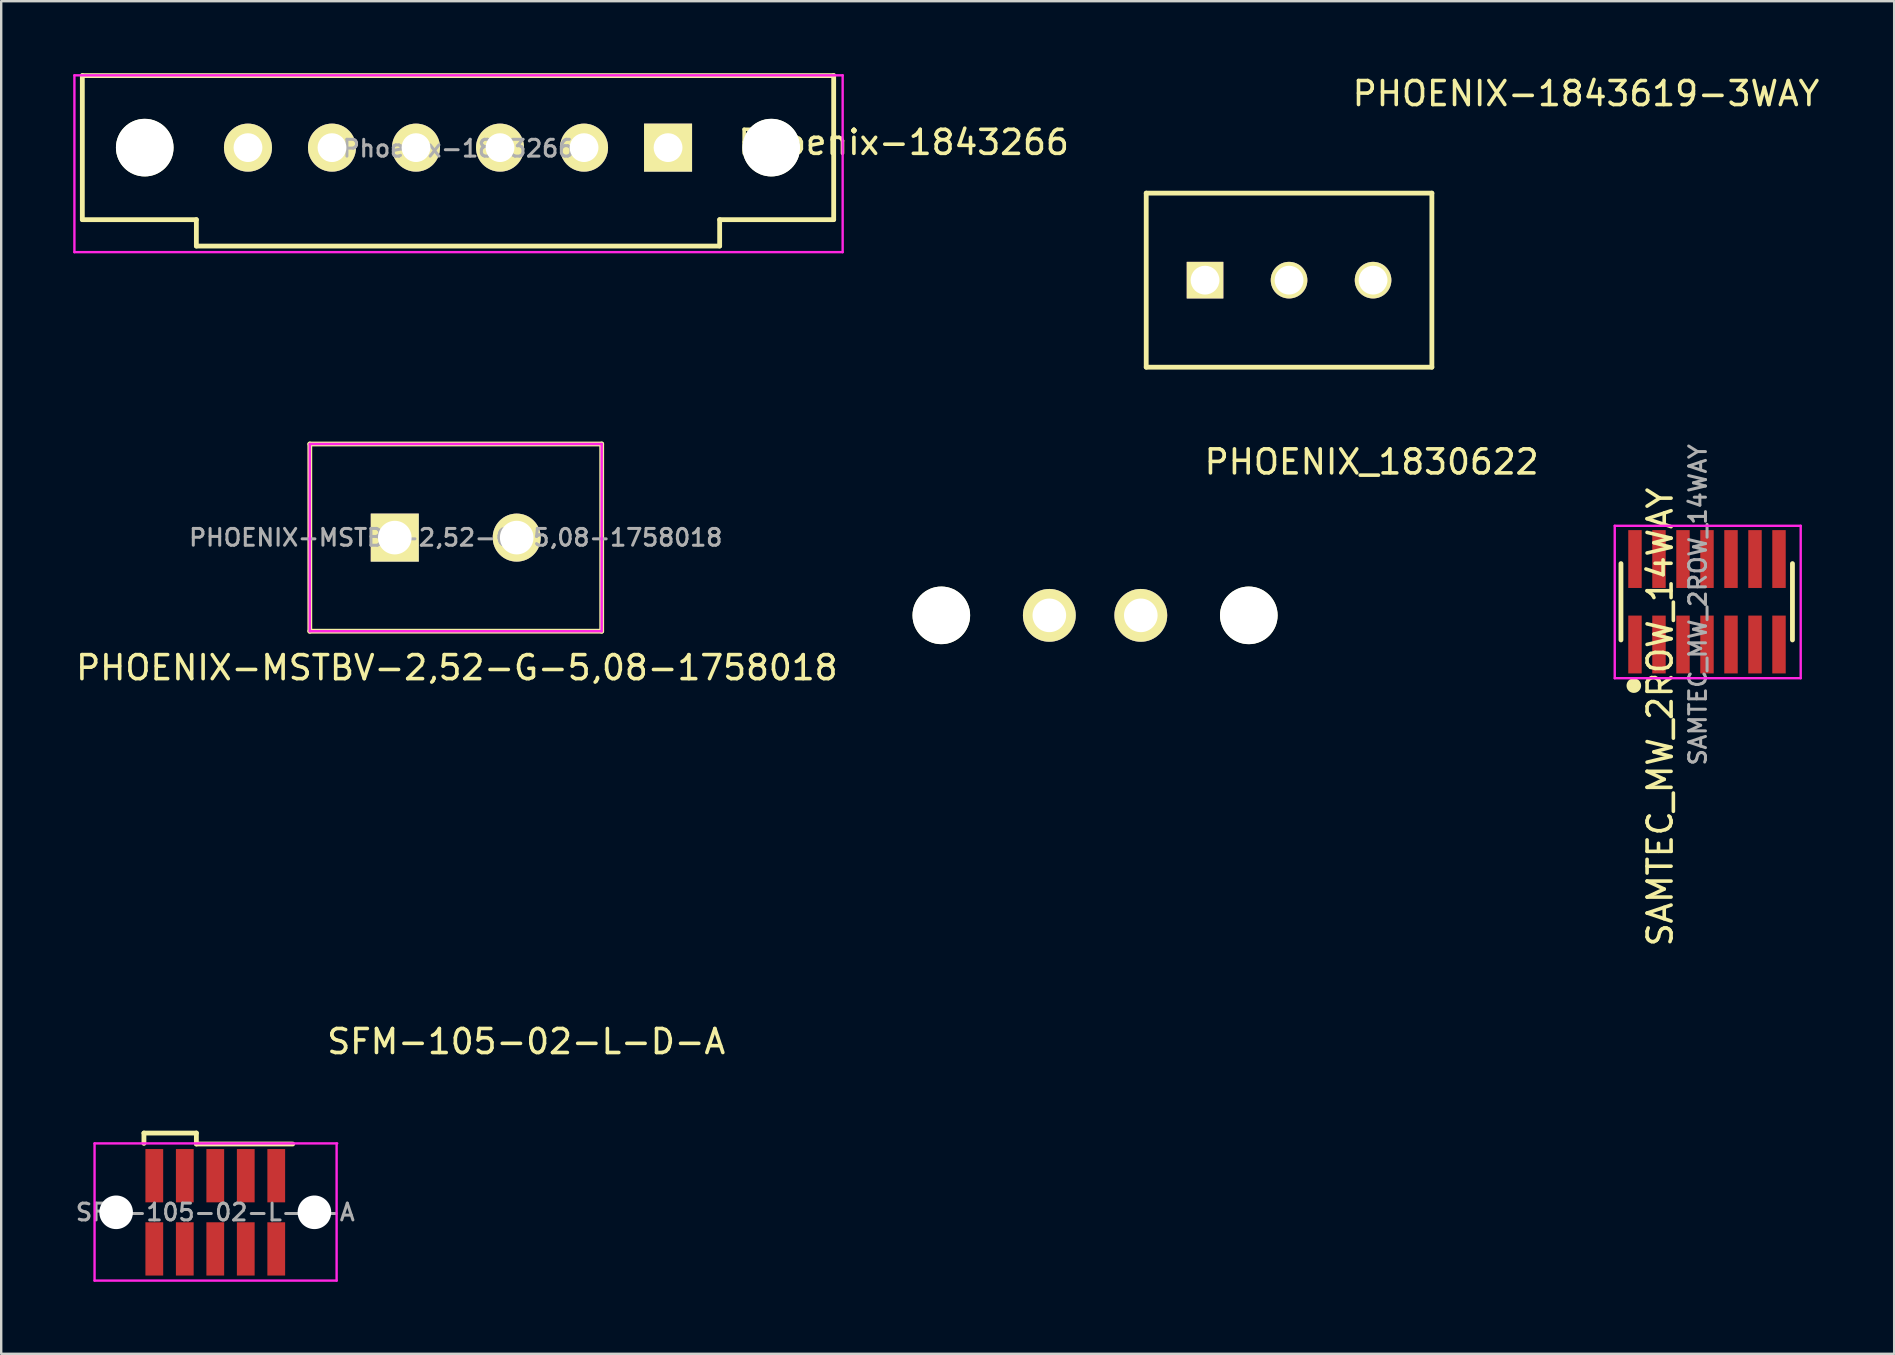
<source format=kicad_pcb>
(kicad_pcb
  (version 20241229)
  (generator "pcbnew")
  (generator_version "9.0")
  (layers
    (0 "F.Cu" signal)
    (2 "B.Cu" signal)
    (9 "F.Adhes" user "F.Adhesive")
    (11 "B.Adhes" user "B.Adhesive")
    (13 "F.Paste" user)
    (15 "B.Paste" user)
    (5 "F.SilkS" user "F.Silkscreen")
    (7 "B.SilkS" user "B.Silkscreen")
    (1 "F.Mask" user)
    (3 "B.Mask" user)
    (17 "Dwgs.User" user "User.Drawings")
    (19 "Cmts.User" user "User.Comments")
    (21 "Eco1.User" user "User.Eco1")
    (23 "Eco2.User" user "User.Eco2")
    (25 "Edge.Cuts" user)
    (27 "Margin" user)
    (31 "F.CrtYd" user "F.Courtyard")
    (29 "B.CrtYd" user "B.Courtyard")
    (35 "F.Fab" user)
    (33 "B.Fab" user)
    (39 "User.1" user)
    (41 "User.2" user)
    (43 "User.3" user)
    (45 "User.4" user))
  (footprint "SAMTEC_MW_2ROW_14WAY"
    (placed yes)
    (layer "F.Cu")
    (at 68.061 22.019)
    (property "Reference" "SAMTEC_MW_2ROW_14WAY" (at -1.951 4.801 90) (layer "F.SilkS") (effects (font (size 1 1) (thickness 0.15))))
    (attr through_hole)
    (fp_line (start -3.584 -1.59) (end -3.584 1.59) (stroke (width 0.2) (type solid)) (layer "F.SilkS"))
    (fp_line (start -3.048 3.493) (end -2.985 3.493) (stroke (width 0.1) (type solid)) (layer "F.SilkS"))
    (fp_line (start 3.56 -1.59) (end 3.56 1.59) (stroke (width 0.2) (type solid)) (layer "F.SilkS"))
    (fp_circle (center -3.048 3.493) (end -2.985 3.493) (stroke (width 0.1) (type solid)) (fill no) (layer "F.SilkS"))
    (fp_circle (center -3.048 3.493) (end -2.921 3.493) (stroke (width 0.1) (type solid)) (fill no) (layer "F.SilkS"))
    (fp_circle (center -3.048 3.493) (end -2.857 3.493) (stroke (width 0.1) (type solid)) (fill no) (layer "F.SilkS"))
    (fp_circle (center -3.048 3.493) (end -2.794 3.493) (stroke (width 0.1) (type solid)) (fill no) (layer "F.SilkS"))
    (fp_line (start -3.843 -3.165) (end 3.904 -3.165) (stroke (width 0.1) (type solid)) (layer "F.CrtYd"))
    (fp_line (start -3.843 3.185) (end -3.843 -3.165) (stroke (width 0.1) (type solid)) (layer "F.CrtYd"))
    (fp_line (start 3.904 -3.165) (end 3.904 3.185) (stroke (width 0.1) (type solid)) (layer "F.CrtYd"))
    (fp_line (start 3.904 3.185) (end -3.843 3.185) (stroke (width 0.1) (type solid)) (layer "F.CrtYd"))
    (fp_text user "${REFERENCE}" (at -0.381 0.127 90) (layer "F.Fab") (effects (font (size 0.7 0.7) (thickness 0.125))))
    (pad "1" smd rect (at -3 1.78) (size 0.56 2.41) (layers "F.Cu" "F.Mask" "F.Paste"))
    (pad "2" smd rect (at -3 -1.78) (size 0.56 2.41) (layers "F.Cu" "F.Mask" "F.Paste"))
    (pad "3" smd rect (at -2 1.78) (size 0.56 2.41) (layers "F.Cu" "F.Mask" "F.Paste"))
    (pad "4" smd rect (at -2 -1.78) (size 0.56 2.41) (layers "F.Cu" "F.Mask" "F.Paste"))
    (pad "5" smd rect (at -1 1.78) (size 0.56 2.41) (layers "F.Cu" "F.Mask" "F.Paste"))
    (pad "6" smd rect (at -1 -1.78) (size 0.56 2.41) (layers "F.Cu" "F.Mask" "F.Paste"))
    (pad "7" smd rect (at 0 1.78) (size 0.56 2.41) (layers "F.Cu" "F.Mask" "F.Paste"))
    (pad "8" smd rect (at 0 -1.78) (size 0.56 2.41) (layers "F.Cu" "F.Mask" "F.Paste"))
    (pad "9" smd rect (at 1 1.78) (size 0.56 2.41) (layers "F.Cu" "F.Mask" "F.Paste"))
    (pad "10" smd rect (at 1 -1.78) (size 0.56 2.41) (layers "F.Cu" "F.Mask" "F.Paste"))
    (pad "11" smd rect (at 2 1.78) (size 0.56 2.41) (layers "F.Cu" "F.Mask" "F.Paste"))
    (pad "12" smd rect (at 2 -1.78) (size 0.56 2.41) (layers "F.Cu" "F.Mask" "F.Paste"))
    (pad "13" smd rect (at 3 1.78) (size 0.56 2.41) (layers "F.Cu" "F.Mask" "F.Paste"))
    (pad "14" smd rect (at 3 -1.78) (size 0.56 2.41) (layers "F.Cu" "F.Mask" "F.Paste")))
  (footprint "PHOENIX_1830622"
    (layer "F.Cu")
    (at 42.569 22.585)
    (property "Reference" "PHOENIX_1830622" (at 11.521 -6.391 0) (layer "F.SilkS") (effects (font (size 1 1) (thickness 0.15))))
    (attr through_hole)
    (pad "" np_thru_hole circle (at -6.405 0) (size 2.4 2.4) (drill 2.4) (layers "*.Cu" "*.Mask" "F.SilkS"))
    (pad "" np_thru_hole circle (at 6.405 0) (size 2.4 2.4) (drill 2.4) (layers "*.Cu" "*.Mask" "F.SilkS"))
    (pad "1" thru_hole circle (at -1.905 0) (size 2.2 2.2) (drill 1.4) (layers "*.Cu" "*.Mask" "F.SilkS"))
    (pad "2" thru_hole circle (at 1.905 0) (size 2.2 2.2) (drill 1.4) (layers "*.Cu" "*.Mask" "F.SilkS")))
  (footprint "Phoenix-1843266"
    (layer "F.Cu")
    (at 16.03 3.1)
    (property "Reference" "Phoenix-1843266" (at 18.564 -0.218 0) (layer "F.SilkS") (effects (font (size 1 1) (thickness 0.15))))
    (attr through_hole)
    (fp_line (start -15.65 -3) (end -15.65 3) (stroke (width 0.2) (type solid)) (layer "F.SilkS"))
    (fp_line (start -15.65 3) (end -10.9 3) (stroke (width 0.2) (type solid)) (layer "F.SilkS"))
    (fp_line (start -10.9 3) (end -10.9 4.1) (stroke (width 0.2) (type solid)) (layer "F.SilkS"))
    (fp_line (start 10.9 3) (end 10.9 4.1) (stroke (width 0.2) (type solid)) (layer "F.SilkS"))
    (fp_line (start 10.9 4.1) (end -10.9 4.1) (stroke (width 0.2) (type solid)) (layer "F.SilkS"))
    (fp_line (start 15.65 -3) (end -15.65 -3) (stroke (width 0.2) (type solid)) (layer "F.SilkS"))
    (fp_line (start 15.65 -3) (end 15.65 3) (stroke (width 0.2) (type solid)) (layer "F.SilkS"))
    (fp_line (start 15.65 3) (end 10.9 3) (stroke (width 0.2) (type solid)) (layer "F.SilkS"))
    (fp_line (start -15.98 -3.012) (end -15.98 4.354) (stroke (width 0.1) (type solid)) (layer "F.CrtYd"))
    (fp_line (start -15.98 4.354) (end 16.024 4.354) (stroke (width 0.1) (type solid)) (layer "F.CrtYd"))
    (fp_line (start 16.024 -3.012) (end -15.98 -3.012) (stroke (width 0.1) (type solid)) (layer "F.CrtYd"))
    (fp_line (start 16.024 4.354) (end 16.024 -3.012) (stroke (width 0.1) (type solid)) (layer "F.CrtYd"))
    (fp_text user "${REFERENCE}" (at 0.022 0.036 0) (layer "F.Fab") (effects (font (size 0.7 0.7) (thickness 0.125))))
    (pad "" np_thru_hole circle (at -13.05 0) (size 2.4 2.4) (drill 2.4) (layers "*.Cu" "*.Mask" "F.SilkS"))
    (pad "" np_thru_hole circle (at 13.05 0) (size 2.4 2.4) (drill 2.4) (layers "*.Cu" "*.Mask" "F.SilkS"))
    (pad "1" thru_hole rect (at 8.75 0) (size 2 2) (drill 1.2) (layers "*.Cu" "*.Mask" "F.SilkS"))
    (pad "2" thru_hole circle (at 5.25 0) (size 2 2) (drill 1.2) (layers "*.Cu" "*.Mask" "F.SilkS"))
    (pad "3" thru_hole circle (at 1.75 0) (size 2 2) (drill 1.2) (layers "*.Cu" "*.Mask" "F.SilkS"))
    (pad "4" thru_hole circle (at -1.75 0) (size 2 2) (drill 1.2) (layers "*.Cu" "*.Mask" "F.SilkS"))
    (pad "5" thru_hole circle (at -5.25 0) (size 2 2) (drill 1.2) (layers "*.Cu" "*.Mask" "F.SilkS"))
    (pad "6" thru_hole circle (at -8.75 0) (size 2 2) (drill 1.2) (layers "*.Cu" "*.Mask" "F.SilkS")))
  (footprint "PHOENIX-1843619-3WAY"
    (layer "F.Cu")
    (at 50.65 8.621)
    (property "Reference" "PHOENIX-1843619-3WAY" (at 12.37 -7.772 0) (layer "F.SilkS") (effects (font (size 1 1) (thickness 0.15))))
    (attr through_hole)
    (fp_line (start -5.95 -3.625) (end 5.95 -3.625) (stroke (width 0.2) (type solid)) (layer "F.SilkS"))
    (fp_line (start -5.95 3.625) (end -5.95 -3.625) (stroke (width 0.2) (type solid)) (layer "F.SilkS"))
    (fp_line (start 5.95 -3.625) (end 5.95 3.625) (stroke (width 0.2) (type solid)) (layer "F.SilkS"))
    (fp_line (start 5.95 3.625) (end -5.95 3.625) (stroke (width 0.2) (type solid)) (layer "F.SilkS"))
    (pad "1" thru_hole rect (at -3.5 0) (size 1.524 1.524) (drill 1.2) (layers "*.Cu" "*.Mask" "F.SilkS"))
    (pad "2" thru_hole circle (at 0 0) (size 1.524 1.524) (drill 1.2) (layers "*.Cu" "*.Mask" "F.SilkS"))
    (pad "3" thru_hole circle (at 3.5 0) (size 1.524 1.524) (drill 1.2) (layers "*.Cu" "*.Mask" "F.SilkS")))
  (footprint "PHOENIX-MSTBV-2,52-G-5,08-1758018"
    (layer "F.Cu")
    (at 15.936 19.346)
    (property "Reference" "PHOENIX-MSTBV-2,52-G-5,08-1758018" (at 0.046 5.42 0) (layer "F.SilkS") (effects (font (size 1 1) (thickness 0.15))))
    (attr through_hole)
    (fp_line (start -6.08 -3.9) (end 6.08 -3.9) (stroke (width 0.2) (type solid)) (layer "F.SilkS"))
    (fp_line (start -6.08 3.9) (end -6.08 -3.9) (stroke (width 0.2) (type solid)) (layer "F.SilkS"))
    (fp_line (start 6.08 -3.9) (end 6.08 3.9) (stroke (width 0.2) (type solid)) (layer "F.SilkS"))
    (fp_line (start 6.08 3.9) (end -6.08 3.9) (stroke (width 0.2) (type solid)) (layer "F.SilkS"))
    (fp_line (start -6.08 -3.9) (end 6.08 -3.9) (stroke (width 0.1) (type solid)) (layer "F.CrtYd"))
    (fp_line (start -6.08 3.9) (end -6.08 -3.9) (stroke (width 0.1) (type solid)) (layer "F.CrtYd"))
    (fp_line (start 6.08 -3.9) (end 6.08 3.9) (stroke (width 0.1) (type solid)) (layer "F.CrtYd"))
    (fp_line (start 6.08 3.9) (end -6.08 3.9) (stroke (width 0.1) (type solid)) (layer "F.CrtYd"))
    (fp_text user "${REFERENCE}" (at 0 0 0) (layer "F.Fab") (effects (font (size 0.7 0.7) (thickness 0.125))))
    (pad "1" thru_hole rect (at -2.54 0) (size 2 2) (drill 1.4) (layers "*.Cu" "*.Mask" "F.SilkS"))
    (pad "2" thru_hole circle (at 2.54 0) (size 2 2) (drill 1.4) (layers "*.Cu" "*.Mask" "F.SilkS")))
  (footprint "SFM-105-02-L-D-A"
    (layer "F.Cu")
    (at 5.918 47.453)
    (property "Reference" "SFM-105-02-L-D-A" (at 12.954 -7.112 0) (layer "F.SilkS") (effects (font (size 1 1) (thickness 0.15))))
    (attr through_hole)
    (fp_line (start -2.972 -3.302) (end -2.972 -2.87) (stroke (width 0.2) (type solid)) (layer "F.SilkS"))
    (fp_line (start -0.787 -3.302) (end -2.972 -3.302) (stroke (width 0.2) (type solid)) (layer "F.SilkS"))
    (fp_line (start -0.787 -2.845) (end -0.787 -3.302) (stroke (width 0.2) (type solid)) (layer "F.SilkS"))
    (fp_line (start 3.226 -2.845) (end -0.787 -2.845) (stroke (width 0.2) (type solid)) (layer "F.SilkS"))
    (fp_line (start -5.029 -2.87) (end -5.029 2.845) (stroke (width 0.1) (type solid)) (layer "F.CrtYd"))
    (fp_line (start -5.029 2.845) (end 5.055 2.845) (stroke (width 0.1) (type solid)) (layer "F.CrtYd"))
    (fp_line (start 5.055 2.845) (end 5.055 -2.87) (stroke (width 0.1) (type solid)) (layer "F.CrtYd"))
    (fp_line (start 5.08 -2.87) (end -5.029 -2.87) (stroke (width 0.1) (type solid)) (layer "F.CrtYd"))
    (fp_text user "${REFERENCE}" (at 0 0 0) (layer "F.Fab") (effects (font (size 0.7 0.7) (thickness 0.125))))
    (pad "" np_thru_hole circle (at -4.13 0) (size 1.4 1.4) (drill 1.4) (layers "*.Cu" "*.Mask"))
    (pad "" np_thru_hole circle (at 4.13 0) (size 1.4 1.4) (drill 1.4) (layers "*.Cu" "*.Mask"))
    (pad "1" smd rect (at 2.54 1.525) (size 0.74 2.22) (layers "F.Cu" "F.Mask" "F.Paste"))
    (pad "2" smd rect (at 2.54 -1.525) (size 0.74 2.22) (layers "F.Cu" "F.Mask" "F.Paste"))
    (pad "3" smd rect (at 1.27 1.525) (size 0.74 2.22) (layers "F.Cu" "F.Mask" "F.Paste"))
    (pad "4" smd rect (at 1.27 -1.525) (size 0.74 2.22) (layers "F.Cu" "F.Mask" "F.Paste"))
    (pad "5" smd rect (at 0 1.525) (size 0.74 2.22) (layers "F.Cu" "F.Mask" "F.Paste"))
    (pad "6" smd rect (at 0 -1.525) (size 0.74 2.22) (layers "F.Cu" "F.Mask" "F.Paste"))
    (pad "7" smd rect (at -1.27 1.525) (size 0.74 2.22) (layers "F.Cu" "F.Mask" "F.Paste"))
    (pad "8" smd rect (at -1.27 -1.525) (size 0.74 2.22) (layers "F.Cu" "F.Mask" "F.Paste"))
    (pad "9" smd rect (at -2.54 1.525) (size 0.74 2.22) (layers "F.Cu" "F.Mask" "F.Paste"))
    (pad "10" smd rect (at -2.54 -1.525) (size 0.74 2.22) (layers "F.Cu" "F.Mask" "F.Paste")))
  (gr_rect
    (start -3 -3)
    (end 75.859 53.348)
    (stroke (width 0.1) (type default))
    (fill no)
    (layer "Edge.Cuts")))
</source>
